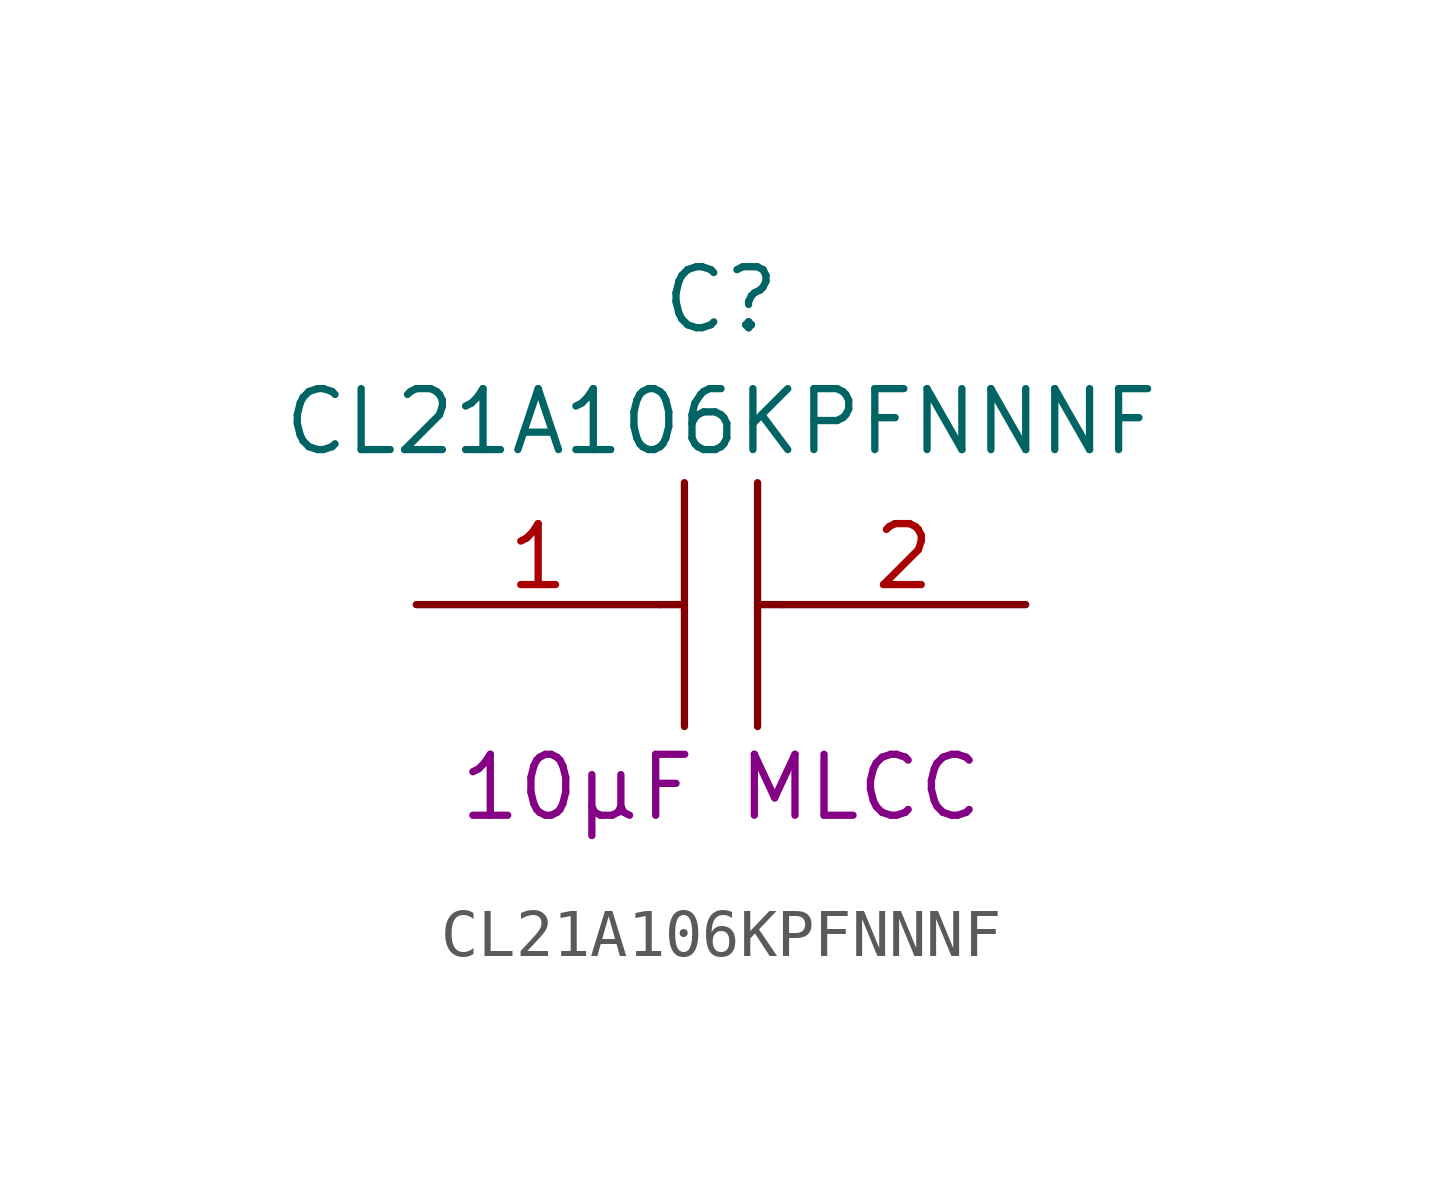
<source format=kicad_sym>
(kicad_symbol_lib
  (version 20211014)
  (generator kicad_symbol_editor)
  (symbol "CL21A106KPFNNNF"
    (pin_names
      (offset 0.762))
    (property "Reference" "C"
      (at 6.35 6.35 0)
      (effects (font (size 1.27 1.27))))
    (property "Value" "CL21A106KPFNNNF"
      (at 6.35 3.81 0)
      (effects (font (size 1.27 1.27))))
    (property "Description" "10µF MLCC"
      (at 6.35 -3.81 0)
      (effects (font (size 1.27 1.27))))
    (symbol "CL21A106KPFNNNF_0_0"
      (pin passive line (at 0 0 0) (length 5.08) (name "~" (effects (font (size 1.27 1.27)))) (number "1" (effects (font (size 1.27 1.27)))))
      (pin passive line (at 12.7 0 180) (length 5.08) (name "~" (effects (font (size 1.27 1.27)))) (number "2" (effects (font (size 1.27 1.27))))))
    (symbol "CL21A106KPFNNNF_0_1"
      (polyline (pts (xy 5.08 0) (xy 5.588 0)) (stroke (width 0.152) (type default) (color 0 0 0 0)) (fill (type none)))
      (polyline (pts (xy 5.588 2.54) (xy 5.588 -2.54)) (stroke (width 0.152) (type default) (color 0 0 0 0)) (fill (type none)))
      (polyline (pts (xy 7.112 0) (xy 7.62 0)) (stroke (width 0.152) (type default) (color 0 0 0 0)) (fill (type none)))
      (polyline (pts (xy 7.112 2.54) (xy 7.112 -2.54)) (stroke (width 0.152) (type default) (color 0 0 0 0)) (fill (type none))))))
</source>
